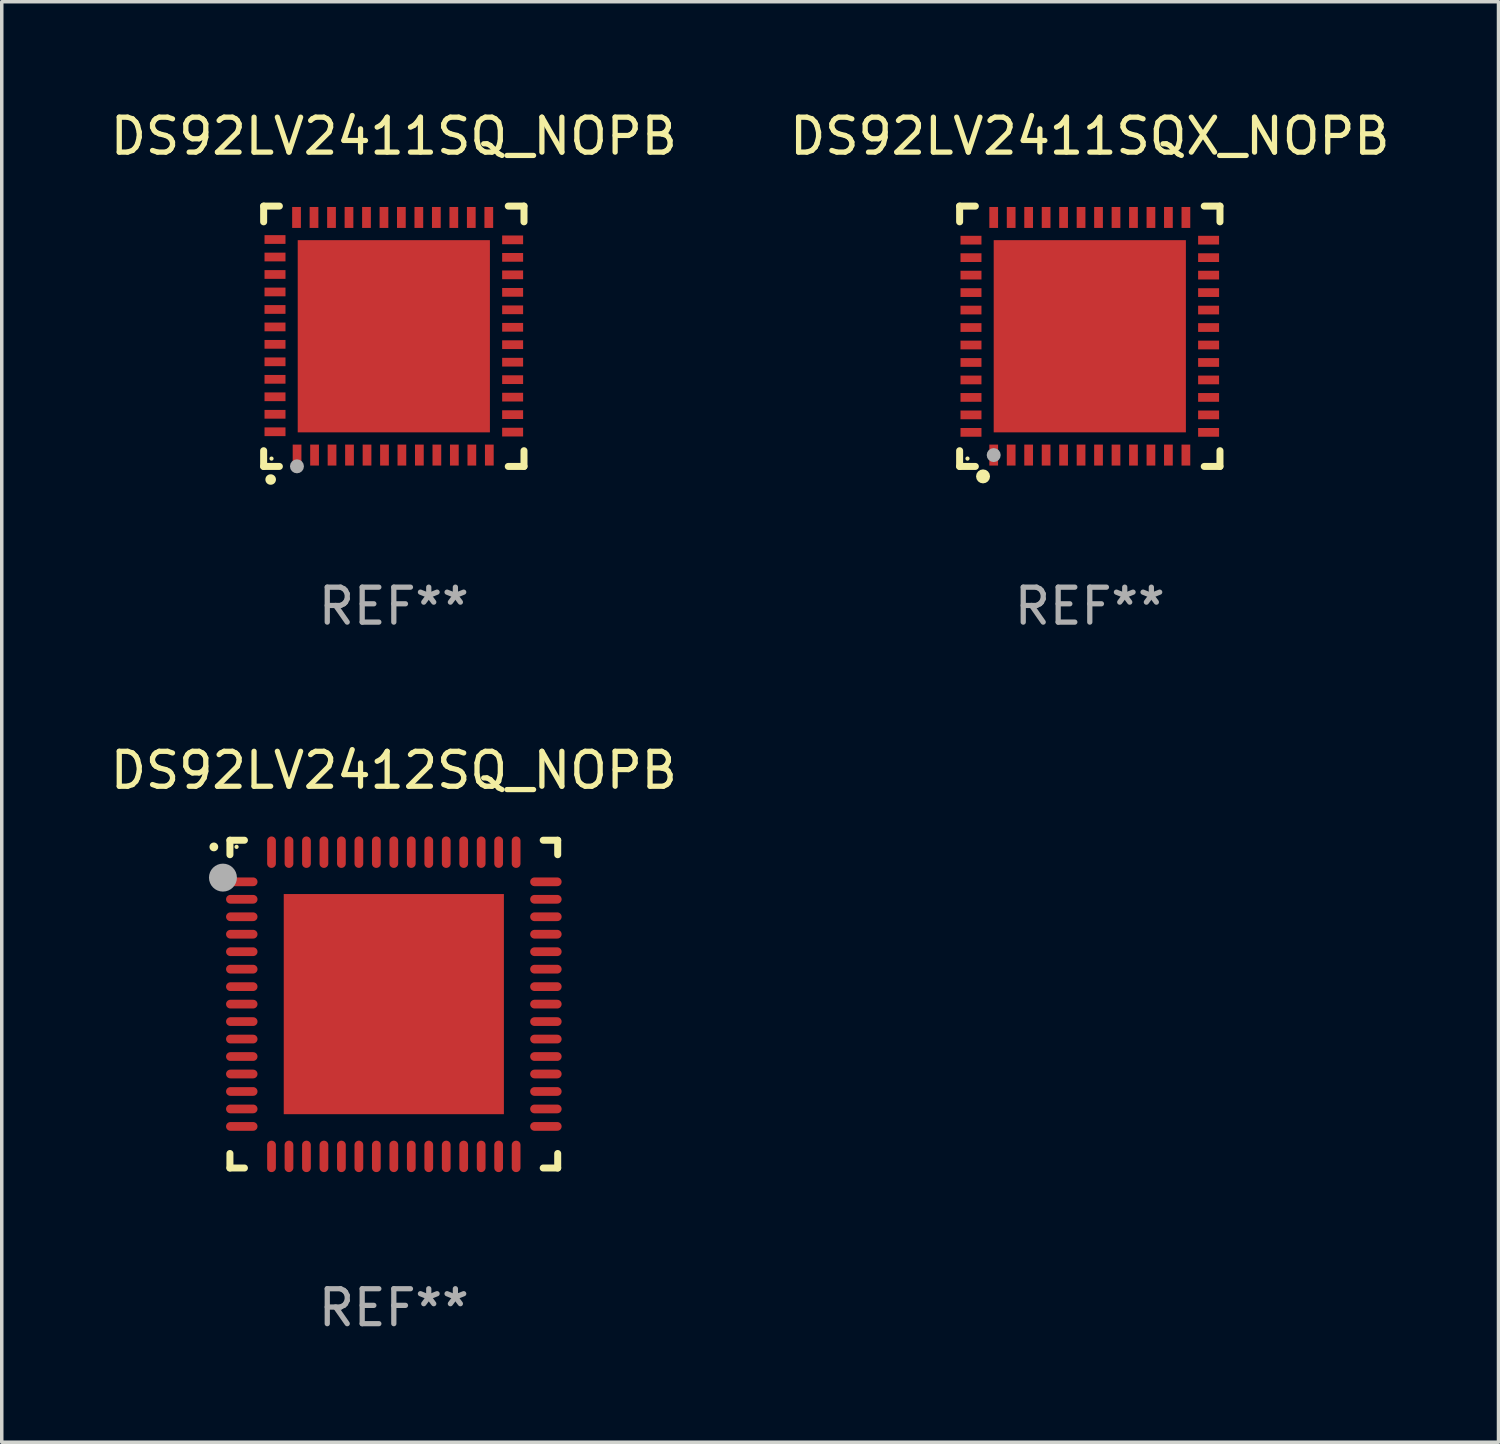
<source format=kicad_pcb>
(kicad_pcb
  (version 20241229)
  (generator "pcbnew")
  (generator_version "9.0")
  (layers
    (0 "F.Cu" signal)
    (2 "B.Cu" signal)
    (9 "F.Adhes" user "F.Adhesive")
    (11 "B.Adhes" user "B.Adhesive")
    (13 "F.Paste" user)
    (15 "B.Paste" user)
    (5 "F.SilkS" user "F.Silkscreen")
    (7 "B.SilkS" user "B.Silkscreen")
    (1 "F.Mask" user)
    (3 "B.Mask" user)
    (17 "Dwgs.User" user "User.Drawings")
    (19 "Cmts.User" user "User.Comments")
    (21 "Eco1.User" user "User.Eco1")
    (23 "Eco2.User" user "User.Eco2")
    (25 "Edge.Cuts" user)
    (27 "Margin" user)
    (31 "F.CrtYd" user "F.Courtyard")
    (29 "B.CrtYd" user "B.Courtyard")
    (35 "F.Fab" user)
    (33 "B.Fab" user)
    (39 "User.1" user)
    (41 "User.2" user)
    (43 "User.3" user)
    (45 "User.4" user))
  (footprint "DS92LV2411SQ_NOPB"
    (layer "F.Cu")
    (at 8.22 6.573)
    (property "Reference" "DS92LV2411SQ_NOPB" (at 0 -5.725 0) (layer "F.SilkS") (effects (font (size 1 1) (thickness 0.15))))
    (attr through_hole)
    (fp_line (start -3.725 -3.725) (end -3.275 -3.725) (stroke (width 0.2) (type solid)) (layer "F.SilkS"))
    (fp_line (start -3.725 -3.275) (end -3.725 -3.725) (stroke (width 0.2) (type solid)) (layer "F.SilkS"))
    (fp_line (start -3.725 3.725) (end -3.725 3.275) (stroke (width 0.2) (type solid)) (layer "F.SilkS"))
    (fp_line (start -3.275 3.725) (end -3.725 3.725) (stroke (width 0.2) (type solid)) (layer "F.SilkS"))
    (fp_line (start 3.275 3.725) (end 3.725 3.725) (stroke (width 0.2) (type solid)) (layer "F.SilkS"))
    (fp_line (start 3.725 -3.725) (end 3.275 -3.725) (stroke (width 0.2) (type solid)) (layer "F.SilkS"))
    (fp_line (start 3.725 -3.275) (end 3.725 -3.725) (stroke (width 0.2) (type solid)) (layer "F.SilkS"))
    (fp_line (start 3.725 3.725) (end 3.725 3.275) (stroke (width 0.2) (type solid)) (layer "F.SilkS"))
    (fp_arc (start -3.525527 4.099568) (mid -3.524257 4.099563) (end -3.522987 4.099568) (stroke (width 0.3) (type solid)) (layer "F.SilkS"))
    (fp_circle (center -3.5 3.501) (end -3.47 3.501) (stroke (width 0.06) (type solid)) (fill no) (layer "F.SilkS"))
    (fp_circle (center -2.772 3.722) (end -2.672 3.722) (stroke (width 0.2) (type solid)) (fill no) (layer "F.Fab"))
    (fp_text user "REF**" (at 0 7.725 0) (layer "F.Fab") (effects (font (size 1 1) (thickness 0.15))))
    (pad "1" smd rect (at -2.769 3.4 180) (size 0.25 0.6) (layers "F.Cu" "F.Mask" "F.Paste"))
    (pad "2" smd rect (at -2.268 3.4 180) (size 0.25 0.6) (layers "F.Cu" "F.Mask" "F.Paste"))
    (pad "3" smd rect (at -1.768 3.4 180) (size 0.25 0.6) (layers "F.Cu" "F.Mask" "F.Paste"))
    (pad "4" smd rect (at -1.268 3.4 180) (size 0.25 0.6) (layers "F.Cu" "F.Mask" "F.Paste"))
    (pad "5" smd rect (at -0.767 3.4 180) (size 0.25 0.6) (layers "F.Cu" "F.Mask" "F.Paste"))
    (pad "6" smd rect (at -0.267 3.4 180) (size 0.25 0.6) (layers "F.Cu" "F.Mask" "F.Paste"))
    (pad "7" smd rect (at 0.231 3.4 180) (size 0.25 0.6) (layers "F.Cu" "F.Mask" "F.Paste"))
    (pad "8" smd rect (at 0.731 3.4 180) (size 0.25 0.6) (layers "F.Cu" "F.Mask" "F.Paste"))
    (pad "9" smd rect (at 1.232 3.4 180) (size 0.25 0.6) (layers "F.Cu" "F.Mask" "F.Paste"))
    (pad "10" smd rect (at 1.732 3.4 180) (size 0.25 0.6) (layers "F.Cu" "F.Mask" "F.Paste"))
    (pad "11" smd rect (at 2.233 3.4 180) (size 0.25 0.6) (layers "F.Cu" "F.Mask" "F.Paste"))
    (pad "12" smd rect (at 2.733 3.4 180) (size 0.25 0.6) (layers "F.Cu" "F.Mask" "F.Paste"))
    (pad "13" smd rect (at 3.4 2.743 90) (size 0.25 0.6) (layers "F.Cu" "F.Mask" "F.Paste"))
    (pad "14" smd rect (at 3.4 2.243 90) (size 0.25 0.6) (layers "F.Cu" "F.Mask" "F.Paste"))
    (pad "15" smd rect (at 3.4 1.742 90) (size 0.25 0.6) (layers "F.Cu" "F.Mask" "F.Paste"))
    (pad "16" smd rect (at 3.4 1.242 90) (size 0.25 0.6) (layers "F.Cu" "F.Mask" "F.Paste"))
    (pad "17" smd rect (at 3.4 0.742 90) (size 0.25 0.6) (layers "F.Cu" "F.Mask" "F.Paste"))
    (pad "18" smd rect (at 3.4 0.241 90) (size 0.25 0.6) (layers "F.Cu" "F.Mask" "F.Paste"))
    (pad "19" smd rect (at 3.4 -0.257 90) (size 0.25 0.6) (layers "F.Cu" "F.Mask" "F.Paste"))
    (pad "20" smd rect (at 3.4 -0.757 90) (size 0.25 0.6) (layers "F.Cu" "F.Mask" "F.Paste"))
    (pad "21" smd rect (at 3.4 -1.257 90) (size 0.25 0.6) (layers "F.Cu" "F.Mask" "F.Paste"))
    (pad "22" smd rect (at 3.4 -1.758 90) (size 0.25 0.6) (layers "F.Cu" "F.Mask" "F.Paste"))
    (pad "23" smd rect (at 3.4 -2.258 90) (size 0.25 0.6) (layers "F.Cu" "F.Mask" "F.Paste"))
    (pad "24" smd rect (at 3.4 -2.759 90) (size 0.25 0.6) (layers "F.Cu" "F.Mask" "F.Paste"))
    (pad "25" smd rect (at 2.718 -3.4 180) (size 0.25 0.6) (layers "F.Cu" "F.Mask" "F.Paste"))
    (pad "26" smd rect (at 2.217 -3.4 180) (size 0.25 0.6) (layers "F.Cu" "F.Mask" "F.Paste"))
    (pad "27" smd rect (at 1.717 -3.4 180) (size 0.25 0.6) (layers "F.Cu" "F.Mask" "F.Paste"))
    (pad "28" smd rect (at 1.217 -3.4 180) (size 0.25 0.6) (layers "F.Cu" "F.Mask" "F.Paste"))
    (pad "29" smd rect (at 0.716 -3.4 180) (size 0.25 0.6) (layers "F.Cu" "F.Mask" "F.Paste"))
    (pad "30" smd rect (at 0.216 -3.4 180) (size 0.25 0.6) (layers "F.Cu" "F.Mask" "F.Paste"))
    (pad "31" smd rect (at -0.282 -3.4 180) (size 0.25 0.6) (layers "F.Cu" "F.Mask" "F.Paste"))
    (pad "32" smd rect (at -0.782 -3.4 180) (size 0.25 0.6) (layers "F.Cu" "F.Mask" "F.Paste"))
    (pad "33" smd rect (at -1.283 -3.4 180) (size 0.25 0.6) (layers "F.Cu" "F.Mask" "F.Paste"))
    (pad "34" smd rect (at -1.783 -3.4 180) (size 0.25 0.6) (layers "F.Cu" "F.Mask" "F.Paste"))
    (pad "35" smd rect (at -2.284 -3.4 180) (size 0.25 0.6) (layers "F.Cu" "F.Mask" "F.Paste"))
    (pad "36" smd rect (at -2.784 -3.4 180) (size 0.25 0.6) (layers "F.Cu" "F.Mask" "F.Paste"))
    (pad "37" smd rect (at -3.4 -2.769 90) (size 0.25 0.6) (layers "F.Cu" "F.Mask" "F.Paste"))
    (pad "38" smd rect (at -3.4 -2.268 90) (size 0.25 0.6) (layers "F.Cu" "F.Mask" "F.Paste"))
    (pad "39" smd rect (at -3.4 -1.768 90) (size 0.25 0.6) (layers "F.Cu" "F.Mask" "F.Paste"))
    (pad "40" smd rect (at -3.4 -1.268 90) (size 0.25 0.6) (layers "F.Cu" "F.Mask" "F.Paste"))
    (pad "41" smd rect (at -3.4 -0.767 90) (size 0.25 0.6) (layers "F.Cu" "F.Mask" "F.Paste"))
    (pad "42" smd rect (at -3.4 -0.267 90) (size 0.25 0.6) (layers "F.Cu" "F.Mask" "F.Paste"))
    (pad "43" smd rect (at -3.4 0.231 90) (size 0.25 0.6) (layers "F.Cu" "F.Mask" "F.Paste"))
    (pad "44" smd rect (at -3.4 0.731 90) (size 0.25 0.6) (layers "F.Cu" "F.Mask" "F.Paste"))
    (pad "45" smd rect (at -3.4 1.232 90) (size 0.25 0.6) (layers "F.Cu" "F.Mask" "F.Paste"))
    (pad "46" smd rect (at -3.4 1.732 90) (size 0.25 0.6) (layers "F.Cu" "F.Mask" "F.Paste"))
    (pad "47" smd rect (at -3.4 2.233 90) (size 0.25 0.6) (layers "F.Cu" "F.Mask" "F.Paste"))
    (pad "48" smd rect (at -3.4 2.733 90) (size 0.25 0.6) (layers "F.Cu" "F.Mask" "F.Paste"))
    (pad "49" smd rect (at -0.000076 -0.000076 90) (size 5.5 5.5) (layers "F.Cu" "F.Mask" "F.Paste")))
  (footprint "DS92LV2411SQX_NOPB"
    (layer "F.Cu")
    (at 28.137 6.573)
    (property "Reference" "DS92LV2411SQX_NOPB" (at 0 -5.725 0) (layer "F.SilkS") (effects (font (size 1 1) (thickness 0.15))))
    (attr through_hole)
    (fp_line (start -3.725 -3.725) (end -3.275 -3.725) (stroke (width 0.2) (type solid)) (layer "F.SilkS"))
    (fp_line (start -3.725 -3.275) (end -3.725 -3.725) (stroke (width 0.2) (type solid)) (layer "F.SilkS"))
    (fp_line (start -3.725 3.725) (end -3.725 3.275) (stroke (width 0.2) (type solid)) (layer "F.SilkS"))
    (fp_line (start -3.275 3.725) (end -3.725 3.725) (stroke (width 0.2) (type solid)) (layer "F.SilkS"))
    (fp_line (start 3.275 3.725) (end 3.725 3.725) (stroke (width 0.2) (type solid)) (layer "F.SilkS"))
    (fp_line (start 3.725 -3.725) (end 3.275 -3.725) (stroke (width 0.2) (type solid)) (layer "F.SilkS"))
    (fp_line (start 3.725 -3.275) (end 3.725 -3.725) (stroke (width 0.2) (type solid)) (layer "F.SilkS"))
    (fp_line (start 3.725 3.725) (end 3.725 3.275) (stroke (width 0.2) (type solid)) (layer "F.SilkS"))
    (fp_circle (center -3.5 3.5) (end -3.47 3.5) (stroke (width 0.06) (type solid)) (fill no) (layer "F.SilkS"))
    (fp_circle (center -3.055 4.01) (end -2.955 4.01) (stroke (width 0.2) (type solid)) (fill no) (layer "F.SilkS"))
    (fp_circle (center -2.75 3.4) (end -2.65 3.4) (stroke (width 0.2) (type solid)) (fill no) (layer "F.Fab"))
    (fp_text user "REF**" (at 0 7.725 0) (layer "F.Fab") (effects (font (size 1 1) (thickness 0.15))))
    (pad "1" smd rect (at -2.75 3.4 180) (size 0.25 0.6) (layers "F.Cu" "F.Mask" "F.Paste"))
    (pad "2" smd rect (at -2.25 3.4 180) (size 0.25 0.6) (layers "F.Cu" "F.Mask" "F.Paste"))
    (pad "3" smd rect (at -1.75 3.4 180) (size 0.25 0.6) (layers "F.Cu" "F.Mask" "F.Paste"))
    (pad "4" smd rect (at -1.25 3.4 180) (size 0.25 0.6) (layers "F.Cu" "F.Mask" "F.Paste"))
    (pad "5" smd rect (at -0.75 3.4 180) (size 0.25 0.6) (layers "F.Cu" "F.Mask" "F.Paste"))
    (pad "6" smd rect (at -0.25 3.4 180) (size 0.25 0.6) (layers "F.Cu" "F.Mask" "F.Paste"))
    (pad "7" smd rect (at 0.25 3.4 180) (size 0.25 0.6) (layers "F.Cu" "F.Mask" "F.Paste"))
    (pad "8" smd rect (at 0.75 3.4 180) (size 0.25 0.6) (layers "F.Cu" "F.Mask" "F.Paste"))
    (pad "9" smd rect (at 1.25 3.4 180) (size 0.25 0.6) (layers "F.Cu" "F.Mask" "F.Paste"))
    (pad "10" smd rect (at 1.75 3.4 180) (size 0.25 0.6) (layers "F.Cu" "F.Mask" "F.Paste"))
    (pad "11" smd rect (at 2.25 3.4 180) (size 0.25 0.6) (layers "F.Cu" "F.Mask" "F.Paste"))
    (pad "12" smd rect (at 2.75 3.4 180) (size 0.25 0.6) (layers "F.Cu" "F.Mask" "F.Paste"))
    (pad "13" smd rect (at 3.4 2.75 90) (size 0.25 0.6) (layers "F.Cu" "F.Mask" "F.Paste"))
    (pad "14" smd rect (at 3.4 2.25 90) (size 0.25 0.6) (layers "F.Cu" "F.Mask" "F.Paste"))
    (pad "15" smd rect (at 3.4 1.75 90) (size 0.25 0.6) (layers "F.Cu" "F.Mask" "F.Paste"))
    (pad "16" smd rect (at 3.4 1.25 90) (size 0.25 0.6) (layers "F.Cu" "F.Mask" "F.Paste"))
    (pad "17" smd rect (at 3.4 0.75 90) (size 0.25 0.6) (layers "F.Cu" "F.Mask" "F.Paste"))
    (pad "18" smd rect (at 3.4 0.25 90) (size 0.25 0.6) (layers "F.Cu" "F.Mask" "F.Paste"))
    (pad "19" smd rect (at 3.4 -0.25 90) (size 0.25 0.6) (layers "F.Cu" "F.Mask" "F.Paste"))
    (pad "20" smd rect (at 3.4 -0.75 90) (size 0.25 0.6) (layers "F.Cu" "F.Mask" "F.Paste"))
    (pad "21" smd rect (at 3.4 -1.25 90) (size 0.25 0.6) (layers "F.Cu" "F.Mask" "F.Paste"))
    (pad "22" smd rect (at 3.4 -1.75 90) (size 0.25 0.6) (layers "F.Cu" "F.Mask" "F.Paste"))
    (pad "23" smd rect (at 3.4 -2.25 90) (size 0.25 0.6) (layers "F.Cu" "F.Mask" "F.Paste"))
    (pad "24" smd rect (at 3.4 -2.75 90) (size 0.25 0.6) (layers "F.Cu" "F.Mask" "F.Paste"))
    (pad "25" smd rect (at 2.75 -3.4 180) (size 0.25 0.6) (layers "F.Cu" "F.Mask" "F.Paste"))
    (pad "26" smd rect (at 2.25 -3.4 180) (size 0.25 0.6) (layers "F.Cu" "F.Mask" "F.Paste"))
    (pad "27" smd rect (at 1.75 -3.4 180) (size 0.25 0.6) (layers "F.Cu" "F.Mask" "F.Paste"))
    (pad "28" smd rect (at 1.25 -3.4 180) (size 0.25 0.6) (layers "F.Cu" "F.Mask" "F.Paste"))
    (pad "29" smd rect (at 0.75 -3.4 180) (size 0.25 0.6) (layers "F.Cu" "F.Mask" "F.Paste"))
    (pad "30" smd rect (at 0.25 -3.4 180) (size 0.25 0.6) (layers "F.Cu" "F.Mask" "F.Paste"))
    (pad "31" smd rect (at -0.25 -3.4 180) (size 0.25 0.6) (layers "F.Cu" "F.Mask" "F.Paste"))
    (pad "32" smd rect (at -0.75 -3.4 180) (size 0.25 0.6) (layers "F.Cu" "F.Mask" "F.Paste"))
    (pad "33" smd rect (at -1.25 -3.4 180) (size 0.25 0.6) (layers "F.Cu" "F.Mask" "F.Paste"))
    (pad "34" smd rect (at -1.75 -3.4 180) (size 0.25 0.6) (layers "F.Cu" "F.Mask" "F.Paste"))
    (pad "35" smd rect (at -2.25 -3.4 180) (size 0.25 0.6) (layers "F.Cu" "F.Mask" "F.Paste"))
    (pad "36" smd rect (at -2.75 -3.4 180) (size 0.25 0.6) (layers "F.Cu" "F.Mask" "F.Paste"))
    (pad "37" smd rect (at -3.4 -2.75 90) (size 0.25 0.6) (layers "F.Cu" "F.Mask" "F.Paste"))
    (pad "38" smd rect (at -3.4 -2.25 90) (size 0.25 0.6) (layers "F.Cu" "F.Mask" "F.Paste"))
    (pad "39" smd rect (at -3.4 -1.75 90) (size 0.25 0.6) (layers "F.Cu" "F.Mask" "F.Paste"))
    (pad "40" smd rect (at -3.4 -1.25 90) (size 0.25 0.6) (layers "F.Cu" "F.Mask" "F.Paste"))
    (pad "41" smd rect (at -3.4 -0.75 90) (size 0.25 0.6) (layers "F.Cu" "F.Mask" "F.Paste"))
    (pad "42" smd rect (at -3.4 -0.25 90) (size 0.25 0.6) (layers "F.Cu" "F.Mask" "F.Paste"))
    (pad "43" smd rect (at -3.4 0.25 90) (size 0.25 0.6) (layers "F.Cu" "F.Mask" "F.Paste"))
    (pad "44" smd rect (at -3.4 0.75 90) (size 0.25 0.6) (layers "F.Cu" "F.Mask" "F.Paste"))
    (pad "45" smd rect (at -3.4 1.25 90) (size 0.25 0.6) (layers "F.Cu" "F.Mask" "F.Paste"))
    (pad "46" smd rect (at -3.4 1.75 90) (size 0.25 0.6) (layers "F.Cu" "F.Mask" "F.Paste"))
    (pad "47" smd rect (at -3.4 2.25 90) (size 0.25 0.6) (layers "F.Cu" "F.Mask" "F.Paste"))
    (pad "48" smd rect (at -3.4 2.75 90) (size 0.25 0.6) (layers "F.Cu" "F.Mask" "F.Paste"))
    (pad "49" smd rect (at -0.000076 -0.000076 90) (size 5.5 5.5) (layers "F.Cu" "F.Mask" "F.Paste")))
  (footprint "DS92LV2412SQ_NOPB"
    (layer "F.Cu")
    (at 8.22 25.685)
    (property "Reference" "DS92LV2412SQ_NOPB" (at 0 -6.69 0) (layer "F.SilkS") (effects (font (size 1 1) (thickness 0.15))))
    (attr through_hole)
    (fp_line (start -4.69 -4.69) (end -4.275 -4.69) (stroke (width 0.2) (type solid)) (layer "F.SilkS"))
    (fp_line (start -4.69 -4.275) (end -4.69 -4.69) (stroke (width 0.2) (type solid)) (layer "F.SilkS"))
    (fp_line (start -4.69 4.275) (end -4.69 4.69) (stroke (width 0.2) (type solid)) (layer "F.SilkS"))
    (fp_line (start -4.69 4.69) (end -4.275 4.69) (stroke (width 0.2) (type solid)) (layer "F.SilkS"))
    (fp_line (start 4.275 -4.69) (end 4.69 -4.69) (stroke (width 0.2) (type solid)) (layer "F.SilkS"))
    (fp_line (start 4.275 4.69) (end 4.69 4.69) (stroke (width 0.2) (type solid)) (layer "F.SilkS"))
    (fp_line (start 4.69 -4.69) (end 4.69 -4.275) (stroke (width 0.2) (type solid)) (layer "F.SilkS"))
    (fp_line (start 4.69 4.69) (end 4.69 4.275) (stroke (width 0.2) (type solid)) (layer "F.SilkS"))
    (fp_arc (start -5.15 -4.497358) (mid -5.150006 -4.498628) (end -5.15 -4.499898) (stroke (width 0.24892) (type solid)) (layer "F.SilkS"))
    (fp_circle (center -4.5 -4.5) (end -4.47 -4.5) (stroke (width 0.06) (type solid)) (fill no) (layer "F.SilkS"))
    (fp_circle (center -4.89 -3.62) (end -4.69 -3.62) (stroke (width 0.4) (type solid)) (fill no) (layer "F.Fab"))
    (fp_text user "REF**" (at 0 8.69 0) (layer "F.Fab") (effects (font (size 1 1) (thickness 0.15))))
    (pad "1" smd oval (at -4.351 -3.5) (size 0.9 0.25) (layers "F.Cu" "F.Mask" "F.Paste"))
    (pad "2" smd oval (at -4.351 -3) (size 0.9 0.25) (layers "F.Cu" "F.Mask" "F.Paste"))
    (pad "3" smd oval (at -4.351 -2.5) (size 0.9 0.25) (layers "F.Cu" "F.Mask" "F.Paste"))
    (pad "4" smd oval (at -4.351 -2) (size 0.9 0.25) (layers "F.Cu" "F.Mask" "F.Paste"))
    (pad "5" smd oval (at -4.351 -1.5) (size 0.9 0.25) (layers "F.Cu" "F.Mask" "F.Paste"))
    (pad "6" smd oval (at -4.351 -1) (size 0.9 0.25) (layers "F.Cu" "F.Mask" "F.Paste"))
    (pad "7" smd oval (at -4.351 -0.5) (size 0.9 0.25) (layers "F.Cu" "F.Mask" "F.Paste"))
    (pad "8" smd oval (at -4.351 0.000102) (size 0.9 0.25) (layers "F.Cu" "F.Mask" "F.Paste"))
    (pad "9" smd oval (at -4.351 0.5) (size 0.9 0.25) (layers "F.Cu" "F.Mask" "F.Paste"))
    (pad "10" smd oval (at -4.351 1) (size 0.9 0.25) (layers "F.Cu" "F.Mask" "F.Paste"))
    (pad "11" smd oval (at -4.351 1.5) (size 0.9 0.25) (layers "F.Cu" "F.Mask" "F.Paste"))
    (pad "12" smd oval (at -4.351 2) (size 0.9 0.25) (layers "F.Cu" "F.Mask" "F.Paste"))
    (pad "13" smd oval (at -4.351 2.5) (size 0.9 0.25) (layers "F.Cu" "F.Mask" "F.Paste"))
    (pad "14" smd oval (at -4.351 3) (size 0.9 0.25) (layers "F.Cu" "F.Mask" "F.Paste"))
    (pad "15" smd oval (at -4.351 3.5) (size 0.9 0.25) (layers "F.Cu" "F.Mask" "F.Paste"))
    (pad "16" smd oval (at -3.5 4.358 90) (size 0.9 0.25) (layers "F.Cu" "F.Mask" "F.Paste"))
    (pad "17" smd oval (at -3 4.358 90) (size 0.9 0.25) (layers "F.Cu" "F.Mask" "F.Paste"))
    (pad "18" smd oval (at -2.5 4.358 90) (size 0.9 0.25) (layers "F.Cu" "F.Mask" "F.Paste"))
    (pad "19" smd oval (at -2 4.358 90) (size 0.9 0.25) (layers "F.Cu" "F.Mask" "F.Paste"))
    (pad "20" smd oval (at -1.5 4.358 90) (size 0.9 0.25) (layers "F.Cu" "F.Mask" "F.Paste"))
    (pad "21" smd oval (at -1 4.358 90) (size 0.9 0.25) (layers "F.Cu" "F.Mask" "F.Paste"))
    (pad "22" smd oval (at -0.5 4.358 90) (size 0.9 0.25) (layers "F.Cu" "F.Mask" "F.Paste"))
    (pad "23" smd oval (at -0.000013 4.358 90) (size 0.9 0.25) (layers "F.Cu" "F.Mask" "F.Paste"))
    (pad "24" smd oval (at 0.5 4.358 90) (size 0.9 0.25) (layers "F.Cu" "F.Mask" "F.Paste"))
    (pad "25" smd oval (at 1 4.358 90) (size 0.9 0.25) (layers "F.Cu" "F.Mask" "F.Paste"))
    (pad "26" smd oval (at 1.5 4.358 90) (size 0.9 0.25) (layers "F.Cu" "F.Mask" "F.Paste"))
    (pad "27" smd oval (at 2 4.358 90) (size 0.9 0.25) (layers "F.Cu" "F.Mask" "F.Paste"))
    (pad "28" smd oval (at 2.5 4.358 90) (size 0.9 0.25) (layers "F.Cu" "F.Mask" "F.Paste"))
    (pad "29" smd oval (at 3 4.358 90) (size 0.9 0.25) (layers "F.Cu" "F.Mask" "F.Paste"))
    (pad "30" smd oval (at 3.5 4.358 90) (size 0.9 0.25) (layers "F.Cu" "F.Mask" "F.Paste"))
    (pad "31" smd oval (at 4.352 3.5 180) (size 0.9 0.25) (layers "F.Cu" "F.Mask" "F.Paste"))
    (pad "32" smd oval (at 4.352 3 180) (size 0.9 0.25) (layers "F.Cu" "F.Mask" "F.Paste"))
    (pad "33" smd oval (at 4.352 2.5 180) (size 0.9 0.25) (layers "F.Cu" "F.Mask" "F.Paste"))
    (pad "34" smd oval (at 4.352 2 180) (size 0.9 0.25) (layers "F.Cu" "F.Mask" "F.Paste"))
    (pad "35" smd oval (at 4.352 1.5 180) (size 0.9 0.25) (layers "F.Cu" "F.Mask" "F.Paste"))
    (pad "36" smd oval (at 4.352 1 180) (size 0.9 0.25) (layers "F.Cu" "F.Mask" "F.Paste"))
    (pad "37" smd oval (at 4.352 0.5 180) (size 0.9 0.25) (layers "F.Cu" "F.Mask" "F.Paste"))
    (pad "38" smd oval (at 4.352 0.000102 180) (size 0.9 0.25) (layers "F.Cu" "F.Mask" "F.Paste"))
    (pad "39" smd oval (at 4.352 -0.5 180) (size 0.9 0.25) (layers "F.Cu" "F.Mask" "F.Paste"))
    (pad "40" smd oval (at 4.352 -1 180) (size 0.9 0.25) (layers "F.Cu" "F.Mask" "F.Paste"))
    (pad "41" smd oval (at 4.352 -1.5 180) (size 0.9 0.25) (layers "F.Cu" "F.Mask" "F.Paste"))
    (pad "42" smd oval (at 4.352 -2 180) (size 0.9 0.25) (layers "F.Cu" "F.Mask" "F.Paste"))
    (pad "43" smd oval (at 4.352 -2.5 180) (size 0.9 0.25) (layers "F.Cu" "F.Mask" "F.Paste"))
    (pad "44" smd oval (at 4.352 -3 180) (size 0.9 0.25) (layers "F.Cu" "F.Mask" "F.Paste"))
    (pad "45" smd oval (at 4.352 -3.5 180) (size 0.9 0.25) (layers "F.Cu" "F.Mask" "F.Paste"))
    (pad "46" smd oval (at 3.5 -4.348 270) (size 0.9 0.25) (layers "F.Cu" "F.Mask" "F.Paste"))
    (pad "47" smd oval (at 3 -4.348 270) (size 0.9 0.25) (layers "F.Cu" "F.Mask" "F.Paste"))
    (pad "48" smd oval (at 2.5 -4.348 270) (size 0.9 0.25) (layers "F.Cu" "F.Mask" "F.Paste"))
    (pad "49" smd oval (at 2 -4.348 270) (size 0.9 0.25) (layers "F.Cu" "F.Mask" "F.Paste"))
    (pad "50" smd oval (at 1.5 -4.348 270) (size 0.9 0.25) (layers "F.Cu" "F.Mask" "F.Paste"))
    (pad "51" smd oval (at 1 -4.348 270) (size 0.9 0.25) (layers "F.Cu" "F.Mask" "F.Paste"))
    (pad "52" smd oval (at 0.5 -4.348 270) (size 0.9 0.25) (layers "F.Cu" "F.Mask" "F.Paste"))
    (pad "53" smd oval (at -0.000013 -4.348 270) (size 0.9 0.25) (layers "F.Cu" "F.Mask" "F.Paste"))
    (pad "54" smd oval (at -0.5 -4.348 270) (size 0.9 0.25) (layers "F.Cu" "F.Mask" "F.Paste"))
    (pad "55" smd oval (at -1 -4.348 270) (size 0.9 0.25) (layers "F.Cu" "F.Mask" "F.Paste"))
    (pad "56" smd oval (at -1.5 -4.348 270) (size 0.9 0.25) (layers "F.Cu" "F.Mask" "F.Paste"))
    (pad "57" smd oval (at -2 -4.348 270) (size 0.9 0.25) (layers "F.Cu" "F.Mask" "F.Paste"))
    (pad "58" smd oval (at -2.5 -4.348 270) (size 0.9 0.25) (layers "F.Cu" "F.Mask" "F.Paste"))
    (pad "59" smd oval (at -3 -4.348 270) (size 0.9 0.25) (layers "F.Cu" "F.Mask" "F.Paste"))
    (pad "60" smd oval (at -3.5 -4.348 270) (size 0.9 0.25) (layers "F.Cu" "F.Mask" "F.Paste"))
    (pad "61" smd rect (at -0.000013 0.000102 270) (size 6.3 6.3) (layers "F.Cu" "F.Mask" "F.Paste")))
  (gr_rect
    (start -3 -3)
    (end 39.833 38.223)
    (stroke (width 0.1) (type default))
    (fill no)
    (layer "Edge.Cuts")))
</source>
